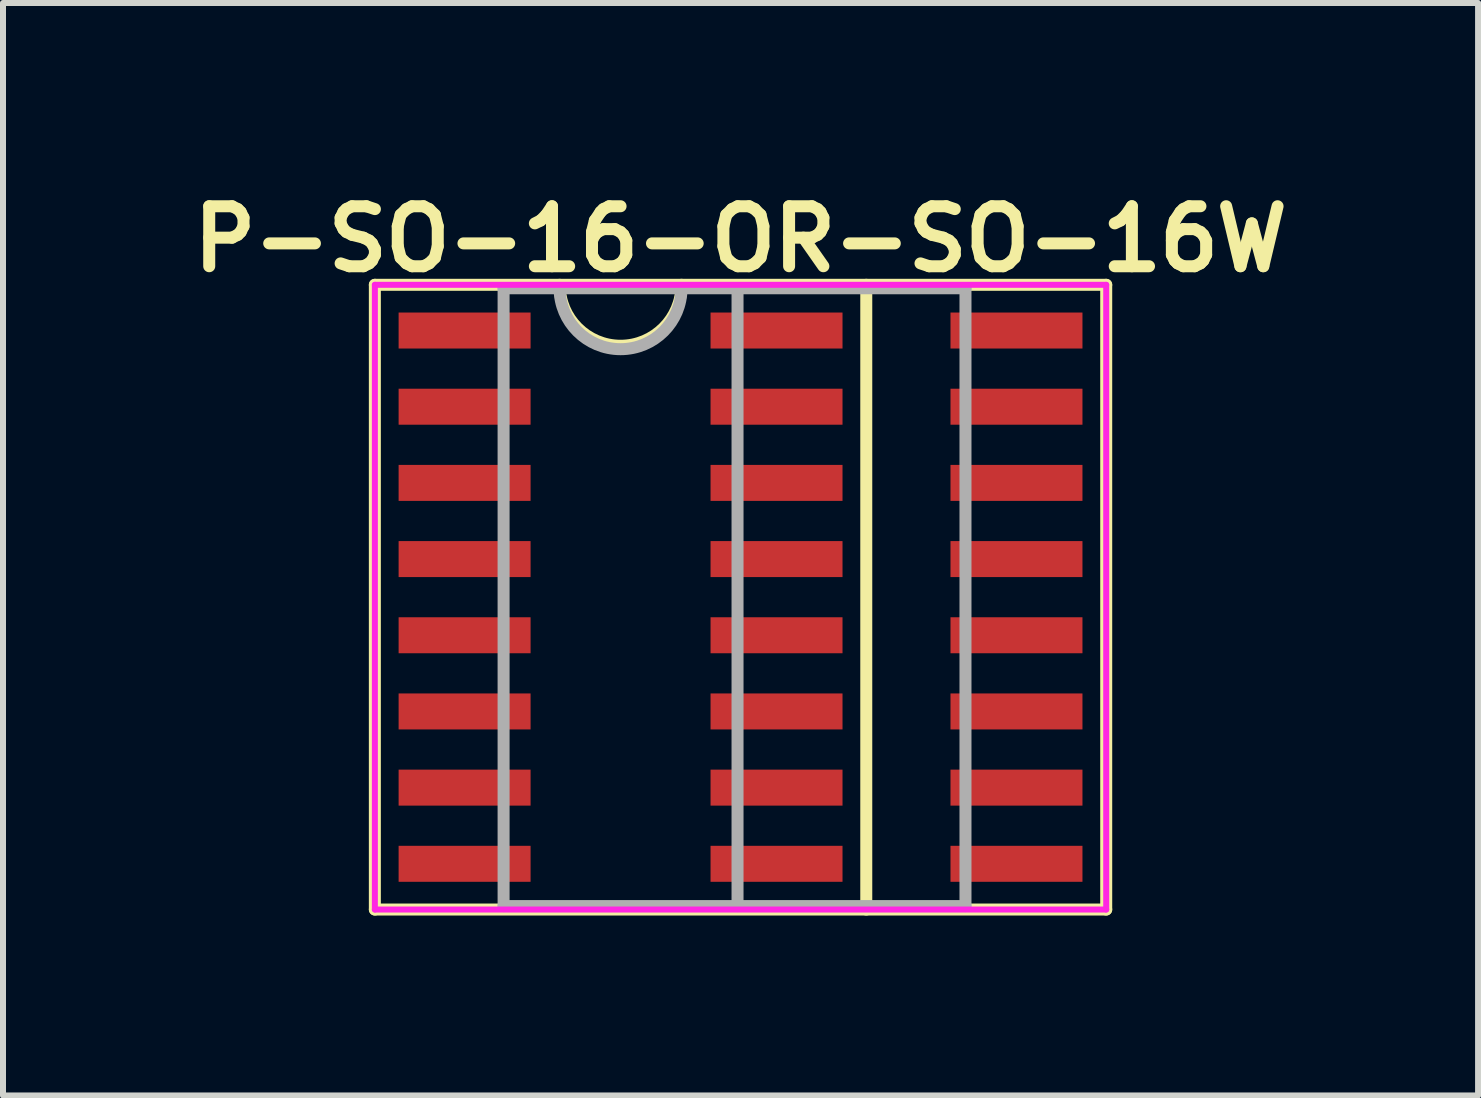
<source format=kicad_pcb>
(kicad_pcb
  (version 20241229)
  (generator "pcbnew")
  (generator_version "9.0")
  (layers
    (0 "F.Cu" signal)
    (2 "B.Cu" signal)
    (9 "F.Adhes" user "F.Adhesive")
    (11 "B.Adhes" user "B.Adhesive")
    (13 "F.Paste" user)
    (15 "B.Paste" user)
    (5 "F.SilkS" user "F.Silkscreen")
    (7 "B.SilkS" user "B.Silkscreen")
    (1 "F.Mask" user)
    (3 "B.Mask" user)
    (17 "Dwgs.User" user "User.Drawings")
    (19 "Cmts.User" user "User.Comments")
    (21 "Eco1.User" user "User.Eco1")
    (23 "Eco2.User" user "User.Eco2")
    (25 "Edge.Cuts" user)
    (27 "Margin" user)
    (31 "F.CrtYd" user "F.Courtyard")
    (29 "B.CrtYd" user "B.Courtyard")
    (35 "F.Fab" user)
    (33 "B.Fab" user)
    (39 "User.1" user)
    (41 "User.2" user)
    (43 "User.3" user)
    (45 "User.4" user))
  (footprint "P-SO-16-OR-SO-16W"
    (layer "F.Cu")
    (at 9.295 6.905)
    (property "Reference" "P-SO-16-OR-SO-16W" (at 0 -5.969 0) (layer "F.SilkS") (effects (font (size 1 1) (thickness 0.2))))
    (attr through_hole)
    (fp_line (start -6.096 -5.207) (end -6.096 5.207) (stroke (width 0.2) (type solid)) (layer "F.SilkS"))
    (fp_line (start -6.096 -5.207) (end 6.096 -5.207) (stroke (width 0.2) (type solid)) (layer "F.SilkS"))
    (fp_line (start 2.096 -5.207) (end 2.096 5.207) (stroke (width 0.2) (type solid)) (layer "F.SilkS"))
    (fp_line (start 6.096 -5.207) (end 6.096 5.207) (stroke (width 0.2) (type solid)) (layer "F.SilkS"))
    (fp_line (start 6.096 5.207) (end -6.096 5.207) (stroke (width 0.2) (type solid)) (layer "F.SilkS"))
    (fp_arc (start -0.984 -5.207) (mid -2 -4.191) (end -3.016 -5.207) (stroke (width 0.2) (type solid)) (layer "F.SilkS"))
    (fp_line (start -6.096 -5.207) (end -6.096 5.207) (stroke (width 0.1) (type solid)) (layer "F.CrtYd"))
    (fp_line (start -6.096 -5.207) (end 6.096 -5.207) (stroke (width 0.1) (type solid)) (layer "F.CrtYd"))
    (fp_line (start -6.096 5.207) (end 6.096 5.207) (stroke (width 0.1) (type solid)) (layer "F.CrtYd"))
    (fp_line (start 6.096 -5.207) (end 6.096 5.207) (stroke (width 0.1) (type solid)) (layer "F.CrtYd"))
    (fp_line (start -3.95 -5.15) (end -3.95 5.15) (stroke (width 0.2) (type solid)) (layer "F.Fab"))
    (fp_line (start -3.95 -5.15) (end 3.75 -5.15) (stroke (width 0.2) (type solid)) (layer "F.Fab"))
    (fp_line (start -3.95 5.15) (end 3.75 5.15) (stroke (width 0.2) (type solid)) (layer "F.Fab"))
    (fp_line (start -0.05 -5.15) (end -0.05 5.15) (stroke (width 0.2) (type solid)) (layer "F.Fab"))
    (fp_line (start 3.75 -5.15) (end 3.75 5.15) (stroke (width 0.2) (type solid)) (layer "F.Fab"))
    (fp_arc (start -0.984 -5.15) (mid -2 -4.134) (end -3.016 -5.15) (stroke (width 0.2) (type solid)) (layer "F.Fab"))
    (pad "1" smd rect (at -4.6 -4.445) (size 2.2 0.6) (layers "F.Cu" "F.Mask"))
    (pad "2" smd rect (at -4.6 -3.175) (size 2.2 0.6) (layers "F.Cu" "F.Mask"))
    (pad "3" smd rect (at -4.6 -1.905) (size 2.2 0.6) (layers "F.Cu" "F.Mask"))
    (pad "4" smd rect (at -4.6 -0.635) (size 2.2 0.6) (layers "F.Cu" "F.Mask"))
    (pad "5" smd rect (at -4.6 0.635) (size 2.2 0.6) (layers "F.Cu" "F.Mask"))
    (pad "6" smd rect (at -4.6 1.905) (size 2.2 0.6) (layers "F.Cu" "F.Mask"))
    (pad "7" smd rect (at -4.6 3.175) (size 2.2 0.6) (layers "F.Cu" "F.Mask"))
    (pad "8" smd rect (at -4.6 4.445) (size 2.2 0.6) (layers "F.Cu" "F.Mask"))
    (pad "9" smd rect (at 0.6 4.445) (size 2.2 0.6) (layers "F.Cu" "F.Mask"))
    (pad "9" smd rect (at 4.6 4.445) (size 2.2 0.6) (layers "F.Cu" "F.Mask"))
    (pad "10" smd rect (at 0.6 3.175) (size 2.2 0.6) (layers "F.Cu" "F.Mask"))
    (pad "10" smd rect (at 4.6 3.175) (size 2.2 0.6) (layers "F.Cu" "F.Mask"))
    (pad "11" smd rect (at 0.6 1.905) (size 2.2 0.6) (layers "F.Cu" "F.Mask"))
    (pad "11" smd rect (at 4.6 1.905) (size 2.2 0.6) (layers "F.Cu" "F.Mask"))
    (pad "12" smd rect (at 0.6 0.635) (size 2.2 0.6) (layers "F.Cu" "F.Mask"))
    (pad "12" smd rect (at 4.6 0.635) (size 2.2 0.6) (layers "F.Cu" "F.Mask"))
    (pad "13" smd rect (at 0.6 -0.635) (size 2.2 0.6) (layers "F.Cu" "F.Mask"))
    (pad "13" smd rect (at 4.6 -0.635) (size 2.2 0.6) (layers "F.Cu" "F.Mask"))
    (pad "14" smd rect (at 0.6 -1.905) (size 2.2 0.6) (layers "F.Cu" "F.Mask"))
    (pad "14" smd rect (at 4.6 -1.905) (size 2.2 0.6) (layers "F.Cu" "F.Mask"))
    (pad "15" smd rect (at 0.6 -3.175) (size 2.2 0.6) (layers "F.Cu" "F.Mask"))
    (pad "15" smd rect (at 4.6 -3.175) (size 2.2 0.6) (layers "F.Cu" "F.Mask"))
    (pad "16" smd rect (at 0.6 -4.445) (size 2.2 0.6) (layers "F.Cu" "F.Mask"))
    (pad "16" smd rect (at 4.6 -4.445) (size 2.2 0.6) (layers "F.Cu" "F.Mask")))
  (gr_rect
    (start -3 -3)
    (end 21.59 15.212)
    (stroke (width 0.1) (type default))
    (fill no)
    (layer "Edge.Cuts")))
</source>
